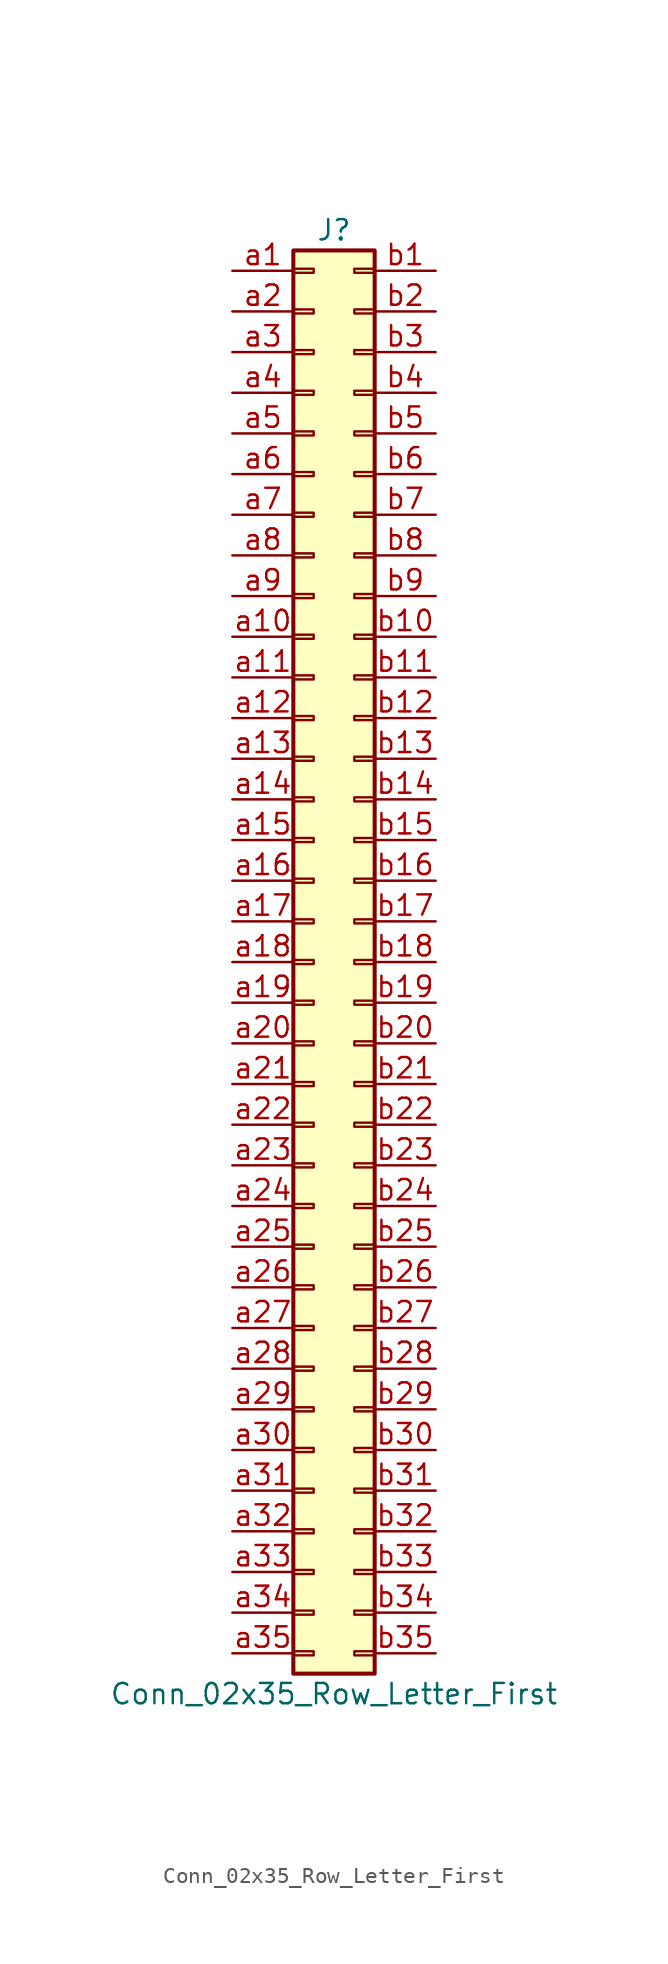
<source format=kicad_sym>
(kicad_symbol_lib
  (version 20201005)
  (generator kicad_symbol_editor)
  (symbol "Connector_Generic:Conn_02x35_Row_Letter_First"
    (pin_names
      (offset 1.016) hide)
    (property "Reference" "J"
      (at 1.27 45.72 0)
      (effects (font (size 1.27 1.27))))
    (property "Value" "Conn_02x35_Row_Letter_First"
      (at 1.27 -45.72 0)
      (effects (font (size 1.27 1.27))))
    (symbol "Conn_02x35_Row_Letter_First_1_1"
      (rectangle (start -1.27 -27.813) (end 0 -28.067) (stroke (width 0.152)) (fill (type none)))
      (rectangle (start -1.27 -30.353) (end 0 -30.607) (stroke (width 0.152)) (fill (type none)))
      (rectangle (start -1.27 -32.893) (end 0 -33.147) (stroke (width 0.152)) (fill (type none)))
      (rectangle (start -1.27 -35.433) (end 0 -35.687) (stroke (width 0.152)) (fill (type none)))
      (rectangle (start -1.27 -37.973) (end 0 -38.227) (stroke (width 0.152)) (fill (type none)))
      (rectangle (start -1.27 -40.513) (end 0 -40.767) (stroke (width 0.152)) (fill (type none)))
      (rectangle (start -1.27 -43.053) (end 0 -43.307) (stroke (width 0.152)) (fill (type none)))
      (rectangle (start -1.27 -4.953) (end 0 -5.207) (stroke (width 0.152)) (fill (type none)))
      (rectangle (start -1.27 -7.493) (end 0 -7.747) (stroke (width 0.152)) (fill (type none)))
      (rectangle (start -1.27 -10.033) (end 0 -10.287) (stroke (width 0.152)) (fill (type none)))
      (rectangle (start -1.27 -12.573) (end 0 -12.827) (stroke (width 0.152)) (fill (type none)))
      (rectangle (start -1.27 -15.113) (end 0 -15.367) (stroke (width 0.152)) (fill (type none)))
      (rectangle (start -1.27 -17.653) (end 0 -17.907) (stroke (width 0.152)) (fill (type none)))
      (rectangle (start -1.27 -20.193) (end 0 -20.447) (stroke (width 0.152)) (fill (type none)))
      (rectangle (start -1.27 -22.733) (end 0 -22.987) (stroke (width 0.152)) (fill (type none)))
      (rectangle (start -1.27 -2.413) (end 0 -2.667) (stroke (width 0.152)) (fill (type none)))
      (rectangle (start -1.27 -25.273) (end 0 -25.527) (stroke (width 0.152)) (fill (type none)))
      (rectangle (start -1.27 25.527) (end 0 25.273) (stroke (width 0.152)) (fill (type none)))
      (rectangle (start -1.27 2.667) (end 0 2.413) (stroke (width 0.152)) (fill (type none)))
      (rectangle (start -1.27 28.067) (end 0 27.813) (stroke (width 0.152)) (fill (type none)))
      (rectangle (start -1.27 30.607) (end 0 30.353) (stroke (width 0.152)) (fill (type none)))
      (rectangle (start -1.27 33.147) (end 0 32.893) (stroke (width 0.152)) (fill (type none)))
      (rectangle (start -1.27 35.687) (end 0 35.433) (stroke (width 0.152)) (fill (type none)))
      (rectangle (start -1.27 38.227) (end 0 37.973) (stroke (width 0.152)) (fill (type none)))
      (rectangle (start -1.27 40.767) (end 0 40.513) (stroke (width 0.152)) (fill (type none)))
      (rectangle (start -1.27 43.307) (end 0 43.053) (stroke (width 0.152)) (fill (type none)))
      (rectangle (start -1.27 44.45) (end 3.81 -44.45) (stroke (width 0.254)) (fill (type background)))
      (rectangle (start -1.27 5.207) (end 0 4.953) (stroke (width 0.152)) (fill (type none)))
      (rectangle (start -1.27 7.747) (end 0 7.493) (stroke (width 0.152)) (fill (type none)))
      (rectangle (start -1.27 10.287) (end 0 10.033) (stroke (width 0.152)) (fill (type none)))
      (rectangle (start -1.27 0.127) (end 0 -0.127) (stroke (width 0.152)) (fill (type none)))
      (rectangle (start -1.27 12.827) (end 0 12.573) (stroke (width 0.152)) (fill (type none)))
      (rectangle (start -1.27 15.367) (end 0 15.113) (stroke (width 0.152)) (fill (type none)))
      (rectangle (start -1.27 17.907) (end 0 17.653) (stroke (width 0.152)) (fill (type none)))
      (rectangle (start -1.27 20.447) (end 0 20.193) (stroke (width 0.152)) (fill (type none)))
      (rectangle (start -1.27 22.987) (end 0 22.733) (stroke (width 0.152)) (fill (type none)))
      (rectangle (start 3.81 -27.813) (end 2.54 -28.067) (stroke (width 0.152)) (fill (type none)))
      (rectangle (start 3.81 -30.353) (end 2.54 -30.607) (stroke (width 0.152)) (fill (type none)))
      (rectangle (start 3.81 -32.893) (end 2.54 -33.147) (stroke (width 0.152)) (fill (type none)))
      (rectangle (start 3.81 -35.433) (end 2.54 -35.687) (stroke (width 0.152)) (fill (type none)))
      (rectangle (start 3.81 -37.973) (end 2.54 -38.227) (stroke (width 0.152)) (fill (type none)))
      (rectangle (start 3.81 -40.513) (end 2.54 -40.767) (stroke (width 0.152)) (fill (type none)))
      (rectangle (start 3.81 -43.053) (end 2.54 -43.307) (stroke (width 0.152)) (fill (type none)))
      (rectangle (start 3.81 -4.953) (end 2.54 -5.207) (stroke (width 0.152)) (fill (type none)))
      (rectangle (start 3.81 -7.493) (end 2.54 -7.747) (stroke (width 0.152)) (fill (type none)))
      (rectangle (start 3.81 -10.033) (end 2.54 -10.287) (stroke (width 0.152)) (fill (type none)))
      (rectangle (start 3.81 -12.573) (end 2.54 -12.827) (stroke (width 0.152)) (fill (type none)))
      (rectangle (start 3.81 -15.113) (end 2.54 -15.367) (stroke (width 0.152)) (fill (type none)))
      (rectangle (start 3.81 -17.653) (end 2.54 -17.907) (stroke (width 0.152)) (fill (type none)))
      (rectangle (start 3.81 -20.193) (end 2.54 -20.447) (stroke (width 0.152)) (fill (type none)))
      (rectangle (start 3.81 -22.733) (end 2.54 -22.987) (stroke (width 0.152)) (fill (type none)))
      (rectangle (start 3.81 -2.413) (end 2.54 -2.667) (stroke (width 0.152)) (fill (type none)))
      (rectangle (start 3.81 -25.273) (end 2.54 -25.527) (stroke (width 0.152)) (fill (type none)))
      (rectangle (start 3.81 25.527) (end 2.54 25.273) (stroke (width 0.152)) (fill (type none)))
      (rectangle (start 3.81 2.667) (end 2.54 2.413) (stroke (width 0.152)) (fill (type none)))
      (rectangle (start 3.81 28.067) (end 2.54 27.813) (stroke (width 0.152)) (fill (type none)))
      (rectangle (start 3.81 30.607) (end 2.54 30.353) (stroke (width 0.152)) (fill (type none)))
      (rectangle (start 3.81 33.147) (end 2.54 32.893) (stroke (width 0.152)) (fill (type none)))
      (rectangle (start 3.81 35.687) (end 2.54 35.433) (stroke (width 0.152)) (fill (type none)))
      (rectangle (start 3.81 38.227) (end 2.54 37.973) (stroke (width 0.152)) (fill (type none)))
      (rectangle (start 3.81 40.767) (end 2.54 40.513) (stroke (width 0.152)) (fill (type none)))
      (rectangle (start 3.81 43.307) (end 2.54 43.053) (stroke (width 0.152)) (fill (type none)))
      (rectangle (start 3.81 5.207) (end 2.54 4.953) (stroke (width 0.152)) (fill (type none)))
      (rectangle (start 3.81 7.747) (end 2.54 7.493) (stroke (width 0.152)) (fill (type none)))
      (rectangle (start 3.81 10.287) (end 2.54 10.033) (stroke (width 0.152)) (fill (type none)))
      (rectangle (start 3.81 0.127) (end 2.54 -0.127) (stroke (width 0.152)) (fill (type none)))
      (rectangle (start 3.81 12.827) (end 2.54 12.573) (stroke (width 0.152)) (fill (type none)))
      (rectangle (start 3.81 15.367) (end 2.54 15.113) (stroke (width 0.152)) (fill (type none)))
      (rectangle (start 3.81 17.907) (end 2.54 17.653) (stroke (width 0.152)) (fill (type none)))
      (rectangle (start 3.81 20.447) (end 2.54 20.193) (stroke (width 0.152)) (fill (type none)))
      (rectangle (start 3.81 22.987) (end 2.54 22.733) (stroke (width 0.152)) (fill (type none)))
      (pin passive line (at -5.08 43.18 0) (length 3.81) (name "Pin_a1" (effects (font (size 1.27 1.27)))) (number "a1" (effects (font (size 1.27 1.27)))))
      (pin passive line (at -5.08 20.32 0) (length 3.81) (name "Pin_a10" (effects (font (size 1.27 1.27)))) (number "a10" (effects (font (size 1.27 1.27)))))
      (pin passive line (at -5.08 17.78 0) (length 3.81) (name "Pin_a11" (effects (font (size 1.27 1.27)))) (number "a11" (effects (font (size 1.27 1.27)))))
      (pin passive line (at -5.08 15.24 0) (length 3.81) (name "Pin_a12" (effects (font (size 1.27 1.27)))) (number "a12" (effects (font (size 1.27 1.27)))))
      (pin passive line (at -5.08 12.7 0) (length 3.81) (name "Pin_a13" (effects (font (size 1.27 1.27)))) (number "a13" (effects (font (size 1.27 1.27)))))
      (pin passive line (at -5.08 10.16 0) (length 3.81) (name "Pin_a14" (effects (font (size 1.27 1.27)))) (number "a14" (effects (font (size 1.27 1.27)))))
      (pin passive line (at -5.08 7.62 0) (length 3.81) (name "Pin_a15" (effects (font (size 1.27 1.27)))) (number "a15" (effects (font (size 1.27 1.27)))))
      (pin passive line (at -5.08 5.08 0) (length 3.81) (name "Pin_a16" (effects (font (size 1.27 1.27)))) (number "a16" (effects (font (size 1.27 1.27)))))
      (pin passive line (at -5.08 2.54 0) (length 3.81) (name "Pin_a17" (effects (font (size 1.27 1.27)))) (number "a17" (effects (font (size 1.27 1.27)))))
      (pin passive line (at -5.08 0 0) (length 3.81) (name "Pin_a18" (effects (font (size 1.27 1.27)))) (number "a18" (effects (font (size 1.27 1.27)))))
      (pin passive line (at -5.08 -2.54 0) (length 3.81) (name "Pin_a19" (effects (font (size 1.27 1.27)))) (number "a19" (effects (font (size 1.27 1.27)))))
      (pin passive line (at -5.08 40.64 0) (length 3.81) (name "Pin_a2" (effects (font (size 1.27 1.27)))) (number "a2" (effects (font (size 1.27 1.27)))))
      (pin passive line (at -5.08 -5.08 0) (length 3.81) (name "Pin_a20" (effects (font (size 1.27 1.27)))) (number "a20" (effects (font (size 1.27 1.27)))))
      (pin passive line (at -5.08 -7.62 0) (length 3.81) (name "Pin_a21" (effects (font (size 1.27 1.27)))) (number "a21" (effects (font (size 1.27 1.27)))))
      (pin passive line (at -5.08 -10.16 0) (length 3.81) (name "Pin_a22" (effects (font (size 1.27 1.27)))) (number "a22" (effects (font (size 1.27 1.27)))))
      (pin passive line (at -5.08 -12.7 0) (length 3.81) (name "Pin_a23" (effects (font (size 1.27 1.27)))) (number "a23" (effects (font (size 1.27 1.27)))))
      (pin passive line (at -5.08 -15.24 0) (length 3.81) (name "Pin_a24" (effects (font (size 1.27 1.27)))) (number "a24" (effects (font (size 1.27 1.27)))))
      (pin passive line (at -5.08 -17.78 0) (length 3.81) (name "Pin_a25" (effects (font (size 1.27 1.27)))) (number "a25" (effects (font (size 1.27 1.27)))))
      (pin passive line (at -5.08 -20.32 0) (length 3.81) (name "Pin_a26" (effects (font (size 1.27 1.27)))) (number "a26" (effects (font (size 1.27 1.27)))))
      (pin passive line (at -5.08 -22.86 0) (length 3.81) (name "Pin_a27" (effects (font (size 1.27 1.27)))) (number "a27" (effects (font (size 1.27 1.27)))))
      (pin passive line (at -5.08 -25.4 0) (length 3.81) (name "Pin_a28" (effects (font (size 1.27 1.27)))) (number "a28" (effects (font (size 1.27 1.27)))))
      (pin passive line (at -5.08 -27.94 0) (length 3.81) (name "Pin_a29" (effects (font (size 1.27 1.27)))) (number "a29" (effects (font (size 1.27 1.27)))))
      (pin passive line (at -5.08 38.1 0) (length 3.81) (name "Pin_a3" (effects (font (size 1.27 1.27)))) (number "a3" (effects (font (size 1.27 1.27)))))
      (pin passive line (at -5.08 -30.48 0) (length 3.81) (name "Pin_a30" (effects (font (size 1.27 1.27)))) (number "a30" (effects (font (size 1.27 1.27)))))
      (pin passive line (at -5.08 -33.02 0) (length 3.81) (name "Pin_a31" (effects (font (size 1.27 1.27)))) (number "a31" (effects (font (size 1.27 1.27)))))
      (pin passive line (at -5.08 -35.56 0) (length 3.81) (name "Pin_a32" (effects (font (size 1.27 1.27)))) (number "a32" (effects (font (size 1.27 1.27)))))
      (pin passive line (at -5.08 -38.1 0) (length 3.81) (name "Pin_a33" (effects (font (size 1.27 1.27)))) (number "a33" (effects (font (size 1.27 1.27)))))
      (pin passive line (at -5.08 -40.64 0) (length 3.81) (name "Pin_a34" (effects (font (size 1.27 1.27)))) (number "a34" (effects (font (size 1.27 1.27)))))
      (pin passive line (at -5.08 -43.18 0) (length 3.81) (name "Pin_a35" (effects (font (size 1.27 1.27)))) (number "a35" (effects (font (size 1.27 1.27)))))
      (pin passive line (at -5.08 35.56 0) (length 3.81) (name "Pin_a4" (effects (font (size 1.27 1.27)))) (number "a4" (effects (font (size 1.27 1.27)))))
      (pin passive line (at -5.08 33.02 0) (length 3.81) (name "Pin_a5" (effects (font (size 1.27 1.27)))) (number "a5" (effects (font (size 1.27 1.27)))))
      (pin passive line (at -5.08 30.48 0) (length 3.81) (name "Pin_a6" (effects (font (size 1.27 1.27)))) (number "a6" (effects (font (size 1.27 1.27)))))
      (pin passive line (at -5.08 27.94 0) (length 3.81) (name "Pin_a7" (effects (font (size 1.27 1.27)))) (number "a7" (effects (font (size 1.27 1.27)))))
      (pin passive line (at -5.08 25.4 0) (length 3.81) (name "Pin_a8" (effects (font (size 1.27 1.27)))) (number "a8" (effects (font (size 1.27 1.27)))))
      (pin passive line (at -5.08 22.86 0) (length 3.81) (name "Pin_a9" (effects (font (size 1.27 1.27)))) (number "a9" (effects (font (size 1.27 1.27)))))
      (pin passive line (at 7.62 43.18 180) (length 3.81) (name "Pin_b1" (effects (font (size 1.27 1.27)))) (number "b1" (effects (font (size 1.27 1.27)))))
      (pin passive line (at 7.62 20.32 180) (length 3.81) (name "Pin_b10" (effects (font (size 1.27 1.27)))) (number "b10" (effects (font (size 1.27 1.27)))))
      (pin passive line (at 7.62 17.78 180) (length 3.81) (name "Pin_b11" (effects (font (size 1.27 1.27)))) (number "b11" (effects (font (size 1.27 1.27)))))
      (pin passive line (at 7.62 15.24 180) (length 3.81) (name "Pin_b12" (effects (font (size 1.27 1.27)))) (number "b12" (effects (font (size 1.27 1.27)))))
      (pin passive line (at 7.62 12.7 180) (length 3.81) (name "Pin_b13" (effects (font (size 1.27 1.27)))) (number "b13" (effects (font (size 1.27 1.27)))))
      (pin passive line (at 7.62 10.16 180) (length 3.81) (name "Pin_b14" (effects (font (size 1.27 1.27)))) (number "b14" (effects (font (size 1.27 1.27)))))
      (pin passive line (at 7.62 7.62 180) (length 3.81) (name "Pin_b15" (effects (font (size 1.27 1.27)))) (number "b15" (effects (font (size 1.27 1.27)))))
      (pin passive line (at 7.62 5.08 180) (length 3.81) (name "Pin_b16" (effects (font (size 1.27 1.27)))) (number "b16" (effects (font (size 1.27 1.27)))))
      (pin passive line (at 7.62 2.54 180) (length 3.81) (name "Pin_b17" (effects (font (size 1.27 1.27)))) (number "b17" (effects (font (size 1.27 1.27)))))
      (pin passive line (at 7.62 0 180) (length 3.81) (name "Pin_b18" (effects (font (size 1.27 1.27)))) (number "b18" (effects (font (size 1.27 1.27)))))
      (pin passive line (at 7.62 -2.54 180) (length 3.81) (name "Pin_b19" (effects (font (size 1.27 1.27)))) (number "b19" (effects (font (size 1.27 1.27)))))
      (pin passive line (at 7.62 40.64 180) (length 3.81) (name "Pin_b2" (effects (font (size 1.27 1.27)))) (number "b2" (effects (font (size 1.27 1.27)))))
      (pin passive line (at 7.62 -5.08 180) (length 3.81) (name "Pin_b20" (effects (font (size 1.27 1.27)))) (number "b20" (effects (font (size 1.27 1.27)))))
      (pin passive line (at 7.62 -7.62 180) (length 3.81) (name "Pin_b21" (effects (font (size 1.27 1.27)))) (number "b21" (effects (font (size 1.27 1.27)))))
      (pin passive line (at 7.62 -10.16 180) (length 3.81) (name "Pin_b22" (effects (font (size 1.27 1.27)))) (number "b22" (effects (font (size 1.27 1.27)))))
      (pin passive line (at 7.62 -12.7 180) (length 3.81) (name "Pin_b23" (effects (font (size 1.27 1.27)))) (number "b23" (effects (font (size 1.27 1.27)))))
      (pin passive line (at 7.62 -15.24 180) (length 3.81) (name "Pin_b24" (effects (font (size 1.27 1.27)))) (number "b24" (effects (font (size 1.27 1.27)))))
      (pin passive line (at 7.62 -17.78 180) (length 3.81) (name "Pin_b25" (effects (font (size 1.27 1.27)))) (number "b25" (effects (font (size 1.27 1.27)))))
      (pin passive line (at 7.62 -20.32 180) (length 3.81) (name "Pin_b26" (effects (font (size 1.27 1.27)))) (number "b26" (effects (font (size 1.27 1.27)))))
      (pin passive line (at 7.62 -22.86 180) (length 3.81) (name "Pin_b27" (effects (font (size 1.27 1.27)))) (number "b27" (effects (font (size 1.27 1.27)))))
      (pin passive line (at 7.62 -25.4 180) (length 3.81) (name "Pin_b28" (effects (font (size 1.27 1.27)))) (number "b28" (effects (font (size 1.27 1.27)))))
      (pin passive line (at 7.62 -27.94 180) (length 3.81) (name "Pin_b29" (effects (font (size 1.27 1.27)))) (number "b29" (effects (font (size 1.27 1.27)))))
      (pin passive line (at 7.62 38.1 180) (length 3.81) (name "Pin_b3" (effects (font (size 1.27 1.27)))) (number "b3" (effects (font (size 1.27 1.27)))))
      (pin passive line (at 7.62 -30.48 180) (length 3.81) (name "Pin_b30" (effects (font (size 1.27 1.27)))) (number "b30" (effects (font (size 1.27 1.27)))))
      (pin passive line (at 7.62 -33.02 180) (length 3.81) (name "Pin_b31" (effects (font (size 1.27 1.27)))) (number "b31" (effects (font (size 1.27 1.27)))))
      (pin passive line (at 7.62 -35.56 180) (length 3.81) (name "Pin_b32" (effects (font (size 1.27 1.27)))) (number "b32" (effects (font (size 1.27 1.27)))))
      (pin passive line (at 7.62 -38.1 180) (length 3.81) (name "Pin_b33" (effects (font (size 1.27 1.27)))) (number "b33" (effects (font (size 1.27 1.27)))))
      (pin passive line (at 7.62 -40.64 180) (length 3.81) (name "Pin_b34" (effects (font (size 1.27 1.27)))) (number "b34" (effects (font (size 1.27 1.27)))))
      (pin passive line (at 7.62 -43.18 180) (length 3.81) (name "Pin_b35" (effects (font (size 1.27 1.27)))) (number "b35" (effects (font (size 1.27 1.27)))))
      (pin passive line (at 7.62 35.56 180) (length 3.81) (name "Pin_b4" (effects (font (size 1.27 1.27)))) (number "b4" (effects (font (size 1.27 1.27)))))
      (pin passive line (at 7.62 33.02 180) (length 3.81) (name "Pin_b5" (effects (font (size 1.27 1.27)))) (number "b5" (effects (font (size 1.27 1.27)))))
      (pin passive line (at 7.62 30.48 180) (length 3.81) (name "Pin_b6" (effects (font (size 1.27 1.27)))) (number "b6" (effects (font (size 1.27 1.27)))))
      (pin passive line (at 7.62 27.94 180) (length 3.81) (name "Pin_b7" (effects (font (size 1.27 1.27)))) (number "b7" (effects (font (size 1.27 1.27)))))
      (pin passive line (at 7.62 25.4 180) (length 3.81) (name "Pin_b8" (effects (font (size 1.27 1.27)))) (number "b8" (effects (font (size 1.27 1.27)))))
      (pin passive line (at 7.62 22.86 180) (length 3.81) (name "Pin_b9" (effects (font (size 1.27 1.27)))) (number "b9" (effects (font (size 1.27 1.27))))))))
</source>
